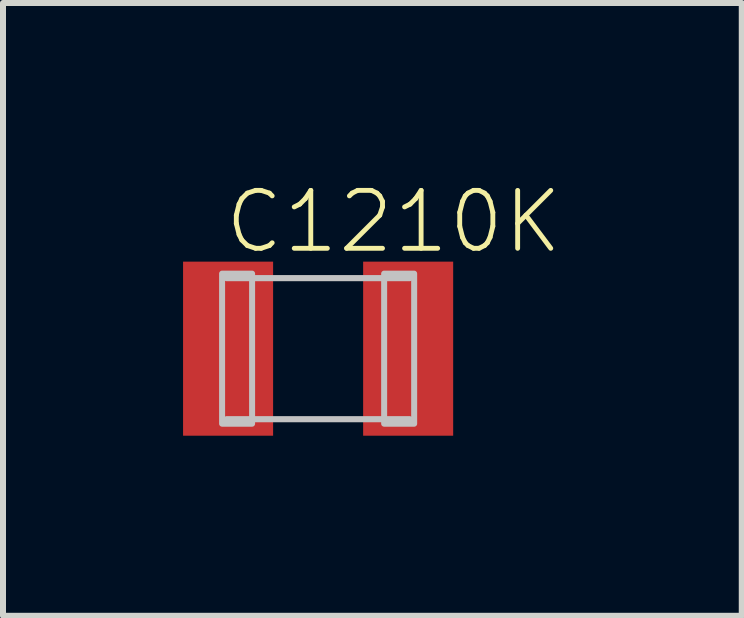
<source format=kicad_pcb>
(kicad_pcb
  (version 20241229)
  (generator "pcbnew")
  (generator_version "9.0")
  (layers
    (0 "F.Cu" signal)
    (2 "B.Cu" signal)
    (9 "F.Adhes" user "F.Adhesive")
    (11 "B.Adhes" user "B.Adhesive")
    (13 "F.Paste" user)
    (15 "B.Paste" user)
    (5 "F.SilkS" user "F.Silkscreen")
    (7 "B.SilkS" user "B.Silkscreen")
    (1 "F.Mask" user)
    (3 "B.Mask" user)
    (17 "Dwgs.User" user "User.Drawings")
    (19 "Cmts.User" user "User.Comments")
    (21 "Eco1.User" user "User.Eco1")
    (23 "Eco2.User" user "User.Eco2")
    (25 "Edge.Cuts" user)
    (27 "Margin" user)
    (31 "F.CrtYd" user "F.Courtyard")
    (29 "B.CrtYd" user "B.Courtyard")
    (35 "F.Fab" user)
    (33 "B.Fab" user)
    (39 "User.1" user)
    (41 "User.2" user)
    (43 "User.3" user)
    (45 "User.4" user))
  (footprint "C1210K"
    (layer "F.Cu")
    (at 2.25 2.759)
    (property "Reference" "C1210K" (at -1.6 -1.55 0) (layer "F.SilkS") (effects (font (size 0.965 0.965) (thickness 0.081)) (justify left bottom)))
    (attr through_hole)
    (fp_line (start -1.525 -1.175) (end 1.525 -1.175) (stroke (width 0.102) (type solid)) (layer "Dwgs.User"))
    (fp_line (start 1.525 1.175) (end -1.525 1.175) (stroke (width 0.102) (type solid)) (layer "Dwgs.User"))
    (fp_poly (pts (xy -1.6 1.25) (xy -1.1 1.25) (xy -1.1 -1.25) (xy -1.6 -1.25)) (stroke (width 0.1) (type solid)) (fill no) (layer "Dwgs.User"))
    (fp_poly (pts (xy 1.1 1.25) (xy 1.6 1.25) (xy 1.6 -1.25) (xy 1.1 -1.25)) (stroke (width 0.1) (type solid)) (fill no) (layer "Dwgs.User"))
    (pad "1" smd rect (at -1.5 0) (size 1.5 2.9) (layers "F.Cu" "F.Mask" "F.Paste"))
    (pad "2" smd rect (at 1.5 0) (size 1.5 2.9) (layers "F.Cu" "F.Mask" "F.Paste")))
  (gr_rect
    (start -3 -3)
    (end 9.308 7.209)
    (stroke (width 0.1) (type default))
    (fill no)
    (layer "Edge.Cuts")))
</source>
